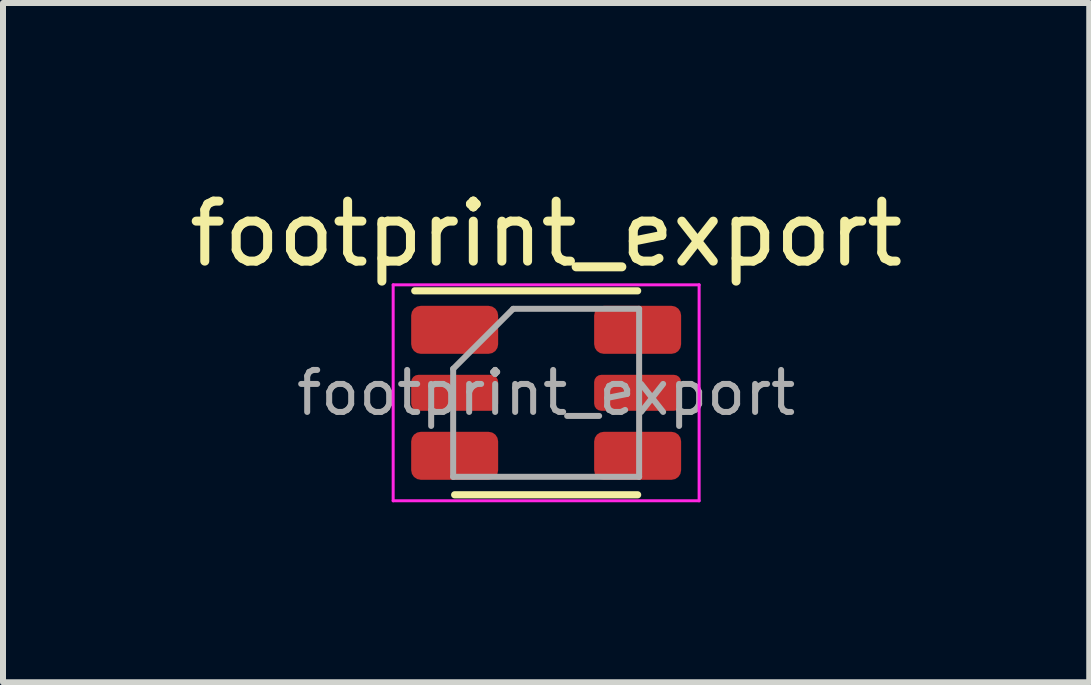
<source format=kicad_pcb>
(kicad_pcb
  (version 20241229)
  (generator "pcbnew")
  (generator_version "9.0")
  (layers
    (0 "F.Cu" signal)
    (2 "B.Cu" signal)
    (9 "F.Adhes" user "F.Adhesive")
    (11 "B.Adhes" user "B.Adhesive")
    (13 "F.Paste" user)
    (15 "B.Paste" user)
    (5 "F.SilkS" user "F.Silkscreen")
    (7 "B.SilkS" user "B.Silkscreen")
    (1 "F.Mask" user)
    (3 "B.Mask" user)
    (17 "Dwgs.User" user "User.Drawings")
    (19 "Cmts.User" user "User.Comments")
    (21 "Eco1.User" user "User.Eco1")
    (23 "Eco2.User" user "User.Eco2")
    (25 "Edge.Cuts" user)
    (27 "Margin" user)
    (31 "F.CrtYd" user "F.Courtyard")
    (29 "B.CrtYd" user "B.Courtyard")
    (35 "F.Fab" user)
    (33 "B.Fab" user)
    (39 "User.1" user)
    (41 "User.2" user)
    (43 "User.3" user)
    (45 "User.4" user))
  (footprint "footprint_export"
    (layer "F.Cu")
    (at 6.054 3.498)
    (property "Reference" "footprint_export" (at 0 -2.65 0) (layer "F.SilkS") (effects (font (size 1 1) (thickness 0.15))))
    (attr smd)
    (fp_line (start -2.19 -1.7) (end 1.525 -1.7) (stroke (width 0.12) (type solid)) (layer "F.SilkS"))
    (fp_line (start -1.525 1.7) (end 1.525 1.7) (stroke (width 0.12) (type solid)) (layer "F.SilkS"))
    (fp_line (start -2.55 -1.8) (end -2.55 1.8) (stroke (width 0.05) (type solid)) (layer "F.CrtYd"))
    (fp_line (start -2.55 1.8) (end 2.55 1.8) (stroke (width 0.05) (type solid)) (layer "F.CrtYd"))
    (fp_line (start 2.55 -1.8) (end -2.55 -1.8) (stroke (width 0.05) (type solid)) (layer "F.CrtYd"))
    (fp_line (start 2.55 1.8) (end 2.55 -1.8) (stroke (width 0.05) (type solid)) (layer "F.CrtYd"))
    (fp_line (start -1.55 -0.4) (end -0.55 -1.4) (stroke (width 0.1) (type solid)) (layer "F.Fab"))
    (fp_line (start -1.55 1.4) (end -1.55 -0.4) (stroke (width 0.1) (type solid)) (layer "F.Fab"))
    (fp_line (start -0.55 -1.4) (end 1.55 -1.4) (stroke (width 0.1) (type solid)) (layer "F.Fab"))
    (fp_line (start 1.55 -1.4) (end 1.55 1.4) (stroke (width 0.1) (type solid)) (layer "F.Fab"))
    (fp_line (start 1.55 1.4) (end -1.55 1.4) (stroke (width 0.1) (type solid)) (layer "F.Fab"))
    (fp_text user "${REFERENCE}" (at 0 0 0) (layer "F.Fab") (effects (font (size 0.7 0.7) (thickness 0.1))))
    (pad "1" smd roundrect (at -1.525 -1.05) (size 1.45 0.8) (layers "F.Cu" "F.Mask" "F.Paste") (roundrect_rratio 0.2))
    (pad "2" smd roundrect (at -1.525 0) (size 1.45 0.6) (layers "F.Cu" "F.Mask" "F.Paste") (roundrect_rratio 0.2))
    (pad "3" smd roundrect (at -1.525 1.05) (size 1.45 0.8) (layers "F.Cu" "F.Mask" "F.Paste") (roundrect_rratio 0.2))
    (pad "4" smd roundrect (at 1.525 1.05) (size 1.45 0.8) (layers "F.Cu" "F.Mask" "F.Paste") (roundrect_rratio 0.2))
    (pad "5" smd roundrect (at 1.525 0) (size 1.45 0.6) (layers "F.Cu" "F.Mask" "F.Paste") (roundrect_rratio 0.2))
    (pad "6" smd roundrect (at 1.525 -1.05) (size 1.45 0.8) (layers "F.Cu" "F.Mask" "F.Paste") (roundrect_rratio 0.2)))
  (gr_rect
    (start -3 -3)
    (end 15.107 8.323)
    (stroke (width 0.1) (type default))
    (fill no)
    (layer "Edge.Cuts")))
</source>
